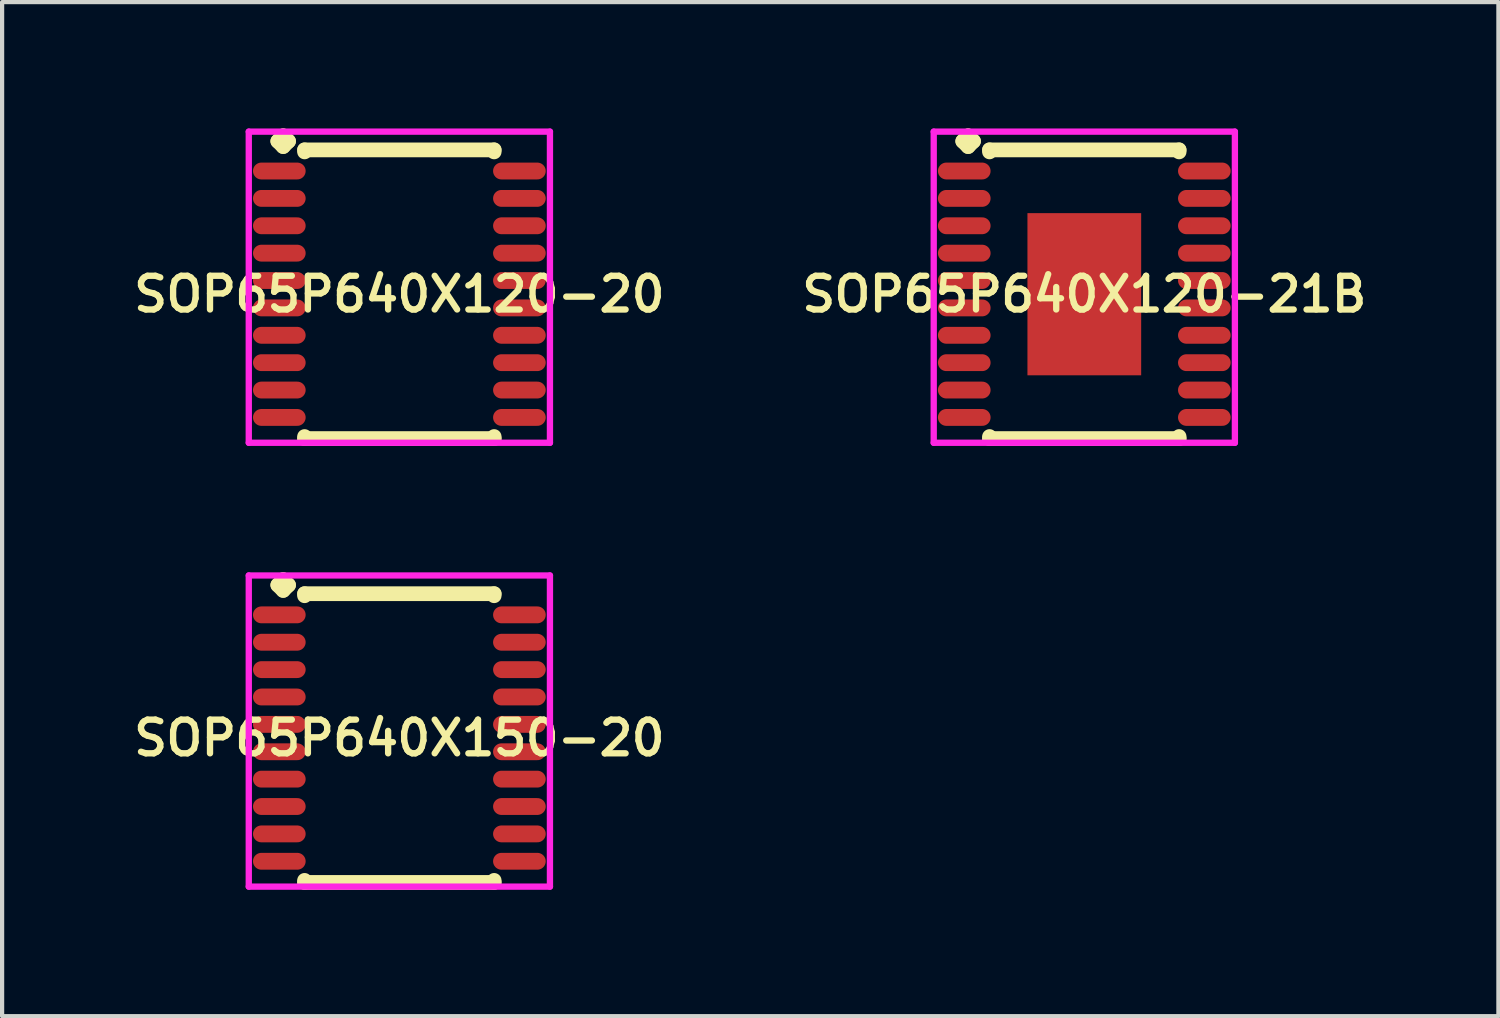
<source format=kicad_pcb>
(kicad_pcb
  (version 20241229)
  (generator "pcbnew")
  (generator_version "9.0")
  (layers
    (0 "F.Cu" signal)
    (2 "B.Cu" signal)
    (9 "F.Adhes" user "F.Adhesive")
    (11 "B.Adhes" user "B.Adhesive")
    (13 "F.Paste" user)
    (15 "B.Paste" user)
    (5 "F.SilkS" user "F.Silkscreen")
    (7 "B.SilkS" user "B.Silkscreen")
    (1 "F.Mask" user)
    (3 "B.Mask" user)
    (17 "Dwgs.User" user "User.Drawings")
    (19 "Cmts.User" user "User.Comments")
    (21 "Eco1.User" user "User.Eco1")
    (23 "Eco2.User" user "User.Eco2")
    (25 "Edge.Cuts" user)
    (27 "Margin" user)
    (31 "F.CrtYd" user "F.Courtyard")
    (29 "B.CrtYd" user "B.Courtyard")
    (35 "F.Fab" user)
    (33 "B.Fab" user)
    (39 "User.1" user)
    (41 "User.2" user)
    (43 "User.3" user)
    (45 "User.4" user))
  (footprint "SOP65P640X120-20"
    (layer "F.Cu")
    (at 6.431 3.935)
    (property "Reference" "SOP65P640X120-20" (at 0 0 0) (layer "F.SilkS") (effects (font (size 0.8 0.8) (thickness 0.15))))
    (attr smd)
    (fp_line (start -2.885 -3.633) (end -2.758 -3.76) (stroke (width 0.35) (type solid)) (layer "F.SilkS"))
    (fp_line (start -2.758 -3.76) (end -2.631 -3.633) (stroke (width 0.35) (type solid)) (layer "F.SilkS"))
    (fp_line (start -2.758 -3.506) (end -2.885 -3.633) (stroke (width 0.35) (type solid)) (layer "F.SilkS"))
    (fp_line (start -2.631 -3.633) (end -2.758 -3.506) (stroke (width 0.35) (type solid)) (layer "F.SilkS"))
    (fp_line (start -2.25 -3.427) (end 2.25 -3.427) (stroke (width 0.35) (type solid)) (layer "F.SilkS"))
    (fp_line (start -2.25 -3.379) (end -2.25 -3.427) (stroke (width 0.35) (type solid)) (layer "F.SilkS"))
    (fp_line (start -2.25 3.379) (end -2.25 3.427) (stroke (width 0.35) (type solid)) (layer "F.SilkS"))
    (fp_line (start -2.25 3.427) (end 2.25 3.427) (stroke (width 0.35) (type solid)) (layer "F.SilkS"))
    (fp_line (start 2.25 -3.427) (end 2.25 -3.379) (stroke (width 0.35) (type solid)) (layer "F.SilkS"))
    (fp_line (start 2.25 3.427) (end 2.25 3.379) (stroke (width 0.35) (type solid)) (layer "F.SilkS"))
    (fp_line (start -3.575 -3.86) (end 3.575 -3.86) (stroke (width 0.15) (type solid)) (layer "F.CrtYd"))
    (fp_line (start -3.575 3.527) (end -3.575 -3.86) (stroke (width 0.15) (type solid)) (layer "F.CrtYd"))
    (fp_line (start 3.575 -3.86) (end 3.575 3.527) (stroke (width 0.15) (type solid)) (layer "F.CrtYd"))
    (fp_line (start 3.575 3.527) (end -3.575 3.527) (stroke (width 0.15) (type solid)) (layer "F.CrtYd"))
    (pad "1" smd oval (at -2.85 -2.925) (size 1.25 0.4) (layers "F.Cu" "F.Mask" "F.Paste"))
    (pad "2" smd oval (at -2.85 -2.275) (size 1.25 0.4) (layers "F.Cu" "F.Mask" "F.Paste"))
    (pad "3" smd oval (at -2.85 -1.625) (size 1.25 0.4) (layers "F.Cu" "F.Mask" "F.Paste"))
    (pad "4" smd oval (at -2.85 -0.975) (size 1.25 0.4) (layers "F.Cu" "F.Mask" "F.Paste"))
    (pad "5" smd oval (at -2.85 -0.325) (size 1.25 0.4) (layers "F.Cu" "F.Mask" "F.Paste"))
    (pad "6" smd oval (at -2.85 0.325) (size 1.25 0.4) (layers "F.Cu" "F.Mask" "F.Paste"))
    (pad "7" smd oval (at -2.85 0.975) (size 1.25 0.4) (layers "F.Cu" "F.Mask" "F.Paste"))
    (pad "8" smd oval (at -2.85 1.625) (size 1.25 0.4) (layers "F.Cu" "F.Mask" "F.Paste"))
    (pad "9" smd oval (at -2.85 2.275) (size 1.25 0.4) (layers "F.Cu" "F.Mask" "F.Paste"))
    (pad "10" smd oval (at -2.85 2.925) (size 1.25 0.4) (layers "F.Cu" "F.Mask" "F.Paste"))
    (pad "11" smd oval (at 2.85 2.925) (size 1.25 0.4) (layers "F.Cu" "F.Mask" "F.Paste"))
    (pad "12" smd oval (at 2.85 2.275) (size 1.25 0.4) (layers "F.Cu" "F.Mask" "F.Paste"))
    (pad "13" smd oval (at 2.85 1.625) (size 1.25 0.4) (layers "F.Cu" "F.Mask" "F.Paste"))
    (pad "14" smd oval (at 2.85 0.975) (size 1.25 0.4) (layers "F.Cu" "F.Mask" "F.Paste"))
    (pad "15" smd oval (at 2.85 0.325) (size 1.25 0.4) (layers "F.Cu" "F.Mask" "F.Paste"))
    (pad "16" smd oval (at 2.85 -0.325) (size 1.25 0.4) (layers "F.Cu" "F.Mask" "F.Paste"))
    (pad "17" smd oval (at 2.85 -0.975) (size 1.25 0.4) (layers "F.Cu" "F.Mask" "F.Paste"))
    (pad "18" smd oval (at 2.85 -1.625) (size 1.25 0.4) (layers "F.Cu" "F.Mask" "F.Paste"))
    (pad "19" smd oval (at 2.85 -2.275) (size 1.25 0.4) (layers "F.Cu" "F.Mask" "F.Paste"))
    (pad "20" smd oval (at 2.85 -2.925) (size 1.25 0.4) (layers "F.Cu" "F.Mask" "F.Paste")))
  (footprint "SOP65P640X150-20"
    (layer "F.Cu")
    (at 6.431 14.472)
    (property "Reference" "SOP65P640X150-20" (at 0 0 0) (layer "F.SilkS") (effects (font (size 0.8 0.8) (thickness 0.15))))
    (attr smd)
    (fp_line (start -2.885 -3.633) (end -2.758 -3.76) (stroke (width 0.35) (type solid)) (layer "F.SilkS"))
    (fp_line (start -2.758 -3.76) (end -2.631 -3.633) (stroke (width 0.35) (type solid)) (layer "F.SilkS"))
    (fp_line (start -2.758 -3.506) (end -2.885 -3.633) (stroke (width 0.35) (type solid)) (layer "F.SilkS"))
    (fp_line (start -2.631 -3.633) (end -2.758 -3.506) (stroke (width 0.35) (type solid)) (layer "F.SilkS"))
    (fp_line (start -2.25 -3.427) (end 2.25 -3.427) (stroke (width 0.35) (type solid)) (layer "F.SilkS"))
    (fp_line (start -2.25 -3.379) (end -2.25 -3.427) (stroke (width 0.35) (type solid)) (layer "F.SilkS"))
    (fp_line (start -2.25 3.379) (end -2.25 3.427) (stroke (width 0.35) (type solid)) (layer "F.SilkS"))
    (fp_line (start -2.25 3.427) (end 2.25 3.427) (stroke (width 0.35) (type solid)) (layer "F.SilkS"))
    (fp_line (start 2.25 -3.427) (end 2.25 -3.379) (stroke (width 0.35) (type solid)) (layer "F.SilkS"))
    (fp_line (start 2.25 3.427) (end 2.25 3.379) (stroke (width 0.35) (type solid)) (layer "F.SilkS"))
    (fp_line (start -3.575 -3.86) (end 3.575 -3.86) (stroke (width 0.15) (type solid)) (layer "F.CrtYd"))
    (fp_line (start -3.575 3.527) (end -3.575 -3.86) (stroke (width 0.15) (type solid)) (layer "F.CrtYd"))
    (fp_line (start 3.575 -3.86) (end 3.575 3.527) (stroke (width 0.15) (type solid)) (layer "F.CrtYd"))
    (fp_line (start 3.575 3.527) (end -3.575 3.527) (stroke (width 0.15) (type solid)) (layer "F.CrtYd"))
    (pad "1" smd oval (at -2.85 -2.925) (size 1.25 0.4) (layers "F.Cu" "F.Mask" "F.Paste"))
    (pad "2" smd oval (at -2.85 -2.275) (size 1.25 0.4) (layers "F.Cu" "F.Mask" "F.Paste"))
    (pad "3" smd oval (at -2.85 -1.625) (size 1.25 0.4) (layers "F.Cu" "F.Mask" "F.Paste"))
    (pad "4" smd oval (at -2.85 -0.975) (size 1.25 0.4) (layers "F.Cu" "F.Mask" "F.Paste"))
    (pad "5" smd oval (at -2.85 -0.325) (size 1.25 0.4) (layers "F.Cu" "F.Mask" "F.Paste"))
    (pad "6" smd oval (at -2.85 0.325) (size 1.25 0.4) (layers "F.Cu" "F.Mask" "F.Paste"))
    (pad "7" smd oval (at -2.85 0.975) (size 1.25 0.4) (layers "F.Cu" "F.Mask" "F.Paste"))
    (pad "8" smd oval (at -2.85 1.625) (size 1.25 0.4) (layers "F.Cu" "F.Mask" "F.Paste"))
    (pad "9" smd oval (at -2.85 2.275) (size 1.25 0.4) (layers "F.Cu" "F.Mask" "F.Paste"))
    (pad "10" smd oval (at -2.85 2.925) (size 1.25 0.4) (layers "F.Cu" "F.Mask" "F.Paste"))
    (pad "11" smd oval (at 2.85 2.925) (size 1.25 0.4) (layers "F.Cu" "F.Mask" "F.Paste"))
    (pad "12" smd oval (at 2.85 2.275) (size 1.25 0.4) (layers "F.Cu" "F.Mask" "F.Paste"))
    (pad "13" smd oval (at 2.85 1.625) (size 1.25 0.4) (layers "F.Cu" "F.Mask" "F.Paste"))
    (pad "14" smd oval (at 2.85 0.975) (size 1.25 0.4) (layers "F.Cu" "F.Mask" "F.Paste"))
    (pad "15" smd oval (at 2.85 0.325) (size 1.25 0.4) (layers "F.Cu" "F.Mask" "F.Paste"))
    (pad "16" smd oval (at 2.85 -0.325) (size 1.25 0.4) (layers "F.Cu" "F.Mask" "F.Paste"))
    (pad "17" smd oval (at 2.85 -0.975) (size 1.25 0.4) (layers "F.Cu" "F.Mask" "F.Paste"))
    (pad "18" smd oval (at 2.85 -1.625) (size 1.25 0.4) (layers "F.Cu" "F.Mask" "F.Paste"))
    (pad "19" smd oval (at 2.85 -2.275) (size 1.25 0.4) (layers "F.Cu" "F.Mask" "F.Paste"))
    (pad "20" smd oval (at 2.85 -2.925) (size 1.25 0.4) (layers "F.Cu" "F.Mask" "F.Paste")))
  (footprint "SOP65P640X120-21B"
    (layer "F.Cu")
    (at 22.692 3.935)
    (property "Reference" "SOP65P640X120-21B" (at 0 0 0) (layer "F.SilkS") (effects (font (size 0.8 0.8) (thickness 0.15))))
    (attr smd)
    (fp_line (start -2.885 -3.633) (end -2.758 -3.76) (stroke (width 0.35) (type solid)) (layer "F.SilkS"))
    (fp_line (start -2.758 -3.76) (end -2.631 -3.633) (stroke (width 0.35) (type solid)) (layer "F.SilkS"))
    (fp_line (start -2.758 -3.506) (end -2.885 -3.633) (stroke (width 0.35) (type solid)) (layer "F.SilkS"))
    (fp_line (start -2.631 -3.633) (end -2.758 -3.506) (stroke (width 0.35) (type solid)) (layer "F.SilkS"))
    (fp_line (start -2.25 -3.427) (end 2.25 -3.427) (stroke (width 0.35) (type solid)) (layer "F.SilkS"))
    (fp_line (start -2.25 -3.379) (end -2.25 -3.427) (stroke (width 0.35) (type solid)) (layer "F.SilkS"))
    (fp_line (start -2.25 3.379) (end -2.25 3.427) (stroke (width 0.35) (type solid)) (layer "F.SilkS"))
    (fp_line (start -2.25 3.427) (end 2.25 3.427) (stroke (width 0.35) (type solid)) (layer "F.SilkS"))
    (fp_line (start 2.25 -3.427) (end 2.25 -3.379) (stroke (width 0.35) (type solid)) (layer "F.SilkS"))
    (fp_line (start 2.25 3.427) (end 2.25 3.379) (stroke (width 0.35) (type solid)) (layer "F.SilkS"))
    (fp_line (start -3.575 -3.86) (end 3.575 -3.86) (stroke (width 0.15) (type solid)) (layer "F.CrtYd"))
    (fp_line (start -3.575 3.527) (end -3.575 -3.86) (stroke (width 0.15) (type solid)) (layer "F.CrtYd"))
    (fp_line (start 3.575 -3.86) (end 3.575 3.527) (stroke (width 0.15) (type solid)) (layer "F.CrtYd"))
    (fp_line (start 3.575 3.527) (end -3.575 3.527) (stroke (width 0.15) (type solid)) (layer "F.CrtYd"))
    (pad "1" smd oval (at -2.85 -2.925) (size 1.25 0.4) (layers "F.Cu" "F.Mask" "F.Paste"))
    (pad "2" smd oval (at -2.85 -2.275) (size 1.25 0.4) (layers "F.Cu" "F.Mask" "F.Paste"))
    (pad "3" smd oval (at -2.85 -1.625) (size 1.25 0.4) (layers "F.Cu" "F.Mask" "F.Paste"))
    (pad "4" smd oval (at -2.85 -0.975) (size 1.25 0.4) (layers "F.Cu" "F.Mask" "F.Paste"))
    (pad "5" smd oval (at -2.85 -0.325) (size 1.25 0.4) (layers "F.Cu" "F.Mask" "F.Paste"))
    (pad "6" smd oval (at -2.85 0.325) (size 1.25 0.4) (layers "F.Cu" "F.Mask" "F.Paste"))
    (pad "7" smd oval (at -2.85 0.975) (size 1.25 0.4) (layers "F.Cu" "F.Mask" "F.Paste"))
    (pad "8" smd oval (at -2.85 1.625) (size 1.25 0.4) (layers "F.Cu" "F.Mask" "F.Paste"))
    (pad "9" smd oval (at -2.85 2.275) (size 1.25 0.4) (layers "F.Cu" "F.Mask" "F.Paste"))
    (pad "10" smd oval (at -2.85 2.925) (size 1.25 0.4) (layers "F.Cu" "F.Mask" "F.Paste"))
    (pad "11" smd oval (at 2.85 2.925) (size 1.25 0.4) (layers "F.Cu" "F.Mask" "F.Paste"))
    (pad "12" smd oval (at 2.85 2.275) (size 1.25 0.4) (layers "F.Cu" "F.Mask" "F.Paste"))
    (pad "13" smd oval (at 2.85 1.625) (size 1.25 0.4) (layers "F.Cu" "F.Mask" "F.Paste"))
    (pad "14" smd oval (at 2.85 0.975) (size 1.25 0.4) (layers "F.Cu" "F.Mask" "F.Paste"))
    (pad "15" smd oval (at 2.85 0.325) (size 1.25 0.4) (layers "F.Cu" "F.Mask" "F.Paste"))
    (pad "16" smd oval (at 2.85 -0.325) (size 1.25 0.4) (layers "F.Cu" "F.Mask" "F.Paste"))
    (pad "17" smd oval (at 2.85 -0.975) (size 1.25 0.4) (layers "F.Cu" "F.Mask" "F.Paste"))
    (pad "18" smd oval (at 2.85 -1.625) (size 1.25 0.4) (layers "F.Cu" "F.Mask" "F.Paste"))
    (pad "19" smd oval (at 2.85 -2.275) (size 1.25 0.4) (layers "F.Cu" "F.Mask" "F.Paste"))
    (pad "20" smd oval (at 2.85 -2.925) (size 1.25 0.4) (layers "F.Cu" "F.Mask" "F.Paste"))
    (pad "21" smd rect (at 0 0) (size 2.7 3.85) (layers "F.Cu" "F.Mask" "F.Paste")))
  (gr_rect
    (start -3 -3)
    (end 32.523 21.074)
    (stroke (width 0.1) (type default))
    (fill no)
    (layer "Edge.Cuts")))
</source>
